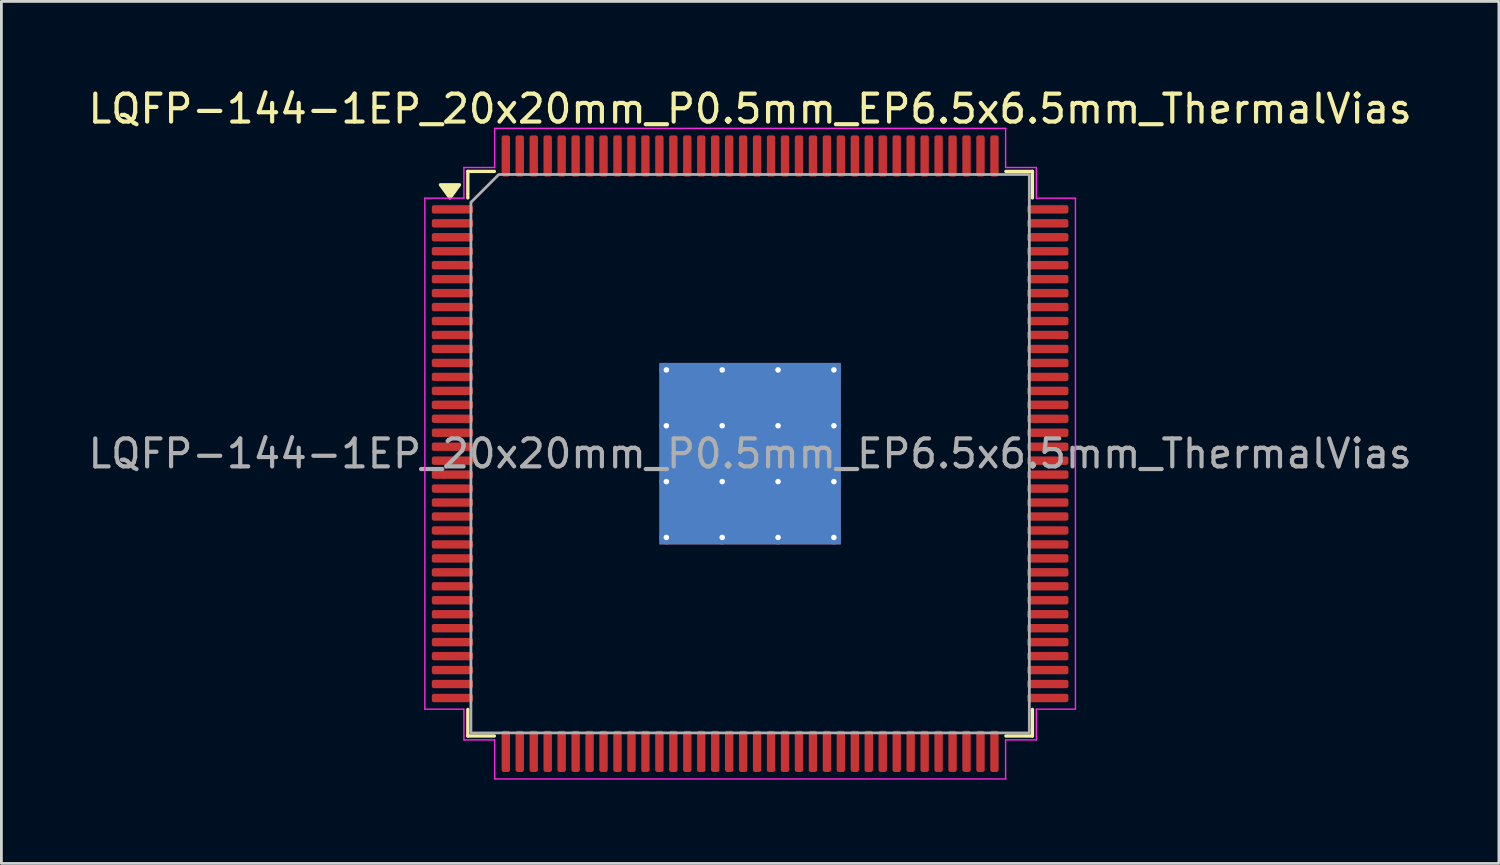
<source format=kicad_pcb>
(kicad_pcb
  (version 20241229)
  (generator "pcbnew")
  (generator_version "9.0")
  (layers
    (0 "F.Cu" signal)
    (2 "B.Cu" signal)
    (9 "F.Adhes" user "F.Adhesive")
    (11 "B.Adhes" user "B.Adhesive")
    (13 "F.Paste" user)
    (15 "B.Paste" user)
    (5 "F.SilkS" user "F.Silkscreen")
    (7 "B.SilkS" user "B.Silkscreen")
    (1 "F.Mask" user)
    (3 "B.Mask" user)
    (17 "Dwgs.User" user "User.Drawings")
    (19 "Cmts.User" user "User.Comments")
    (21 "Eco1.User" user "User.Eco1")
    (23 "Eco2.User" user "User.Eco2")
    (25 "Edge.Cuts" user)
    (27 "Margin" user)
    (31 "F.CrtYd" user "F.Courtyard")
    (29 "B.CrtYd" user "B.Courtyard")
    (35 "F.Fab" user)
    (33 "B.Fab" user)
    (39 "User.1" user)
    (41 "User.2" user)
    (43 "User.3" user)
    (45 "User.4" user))
  (footprint "LQFP-144-1EP_20x20mm_P0.5mm_EP6.5x6.5mm_ThermalVias"
    (layer "F.Cu")
    (at 23.815 13.198)
    (property "Reference" "LQFP-144-1EP_20x20mm_P0.5mm_EP6.5x6.5mm_ThermalVias" (at 0 -12.35 0) (layer "F.SilkS") (effects (font (size 1 1) (thickness 0.15))))
    (attr smd)
    (fp_line (start -10.11 -10.11) (end -9.16 -10.11) (stroke (width 0.12) (type solid)) (layer "F.SilkS"))
    (fp_line (start -10.11 -9.16) (end -10.11 -10.11) (stroke (width 0.12) (type solid)) (layer "F.SilkS"))
    (fp_line (start -10.11 10.11) (end -10.11 9.16) (stroke (width 0.12) (type solid)) (layer "F.SilkS"))
    (fp_line (start -9.16 10.11) (end -10.11 10.11) (stroke (width 0.12) (type solid)) (layer "F.SilkS"))
    (fp_line (start 9.16 -10.11) (end 10.11 -10.11) (stroke (width 0.12) (type solid)) (layer "F.SilkS"))
    (fp_line (start 10.11 -10.11) (end 10.11 -9.16) (stroke (width 0.12) (type solid)) (layer "F.SilkS"))
    (fp_line (start 10.11 9.16) (end 10.11 10.11) (stroke (width 0.12) (type solid)) (layer "F.SilkS"))
    (fp_line (start 10.11 10.11) (end 9.16 10.11) (stroke (width 0.12) (type solid)) (layer "F.SilkS"))
    (fp_poly (pts (xy -10.75 -9.16) (xy -11.09 -9.63) (xy -10.41 -9.63)) (stroke (width 0.12) (type solid)) (fill yes) (layer "F.SilkS"))
    (fp_line (start -11.65 -9.15) (end -10.25 -9.15) (stroke (width 0.05) (type solid)) (layer "F.CrtYd"))
    (fp_line (start -11.65 9.15) (end -11.65 -9.15) (stroke (width 0.05) (type solid)) (layer "F.CrtYd"))
    (fp_line (start -10.25 -10.25) (end -9.15 -10.25) (stroke (width 0.05) (type solid)) (layer "F.CrtYd"))
    (fp_line (start -10.25 -9.15) (end -10.25 -10.25) (stroke (width 0.05) (type solid)) (layer "F.CrtYd"))
    (fp_line (start -10.25 9.15) (end -11.65 9.15) (stroke (width 0.05) (type solid)) (layer "F.CrtYd"))
    (fp_line (start -10.25 10.25) (end -10.25 9.15) (stroke (width 0.05) (type solid)) (layer "F.CrtYd"))
    (fp_line (start -9.15 -11.65) (end 9.15 -11.65) (stroke (width 0.05) (type solid)) (layer "F.CrtYd"))
    (fp_line (start -9.15 -10.25) (end -9.15 -11.65) (stroke (width 0.05) (type solid)) (layer "F.CrtYd"))
    (fp_line (start -9.15 10.25) (end -10.25 10.25) (stroke (width 0.05) (type solid)) (layer "F.CrtYd"))
    (fp_line (start -9.15 11.65) (end -9.15 10.25) (stroke (width 0.05) (type solid)) (layer "F.CrtYd"))
    (fp_line (start 9.15 -11.65) (end 9.15 -10.25) (stroke (width 0.05) (type solid)) (layer "F.CrtYd"))
    (fp_line (start 9.15 -10.25) (end 10.25 -10.25) (stroke (width 0.05) (type solid)) (layer "F.CrtYd"))
    (fp_line (start 9.15 10.25) (end 9.15 11.65) (stroke (width 0.05) (type solid)) (layer "F.CrtYd"))
    (fp_line (start 9.15 11.65) (end -9.15 11.65) (stroke (width 0.05) (type solid)) (layer "F.CrtYd"))
    (fp_line (start 10.25 -10.25) (end 10.25 -9.15) (stroke (width 0.05) (type solid)) (layer "F.CrtYd"))
    (fp_line (start 10.25 -9.15) (end 11.65 -9.15) (stroke (width 0.05) (type solid)) (layer "F.CrtYd"))
    (fp_line (start 10.25 9.15) (end 10.25 10.25) (stroke (width 0.05) (type solid)) (layer "F.CrtYd"))
    (fp_line (start 10.25 10.25) (end 9.15 10.25) (stroke (width 0.05) (type solid)) (layer "F.CrtYd"))
    (fp_line (start 11.65 -9.15) (end 11.65 9.15) (stroke (width 0.05) (type solid)) (layer "F.CrtYd"))
    (fp_line (start 11.65 9.15) (end 10.25 9.15) (stroke (width 0.05) (type solid)) (layer "F.CrtYd"))
    (fp_poly (pts (xy -10 -9) (xy -10 10) (xy 10 10) (xy 10 -10) (xy -9 -10)) (stroke (width 0.1) (type solid)) (fill no) (layer "F.Fab"))
    (fp_text user "${REFERENCE}" (at 0 0 0) (layer "F.Fab") (effects (font (size 1 1) (thickness 0.15))))
    (pad "" smd roundrect (at -2.17 -2.17) (size 1.75 1.75) (layers "F.Paste") (roundrect_rratio 0.143))
    (pad "" smd roundrect (at -2.17 0) (size 1.75 1.75) (layers "F.Paste") (roundrect_rratio 0.143))
    (pad "" smd roundrect (at -2.17 2.17) (size 1.75 1.75) (layers "F.Paste") (roundrect_rratio 0.143))
    (pad "" smd roundrect (at 0 -2.17) (size 1.75 1.75) (layers "F.Paste") (roundrect_rratio 0.143))
    (pad "" smd roundrect (at 0 0) (size 1.75 1.75) (layers "F.Paste") (roundrect_rratio 0.143))
    (pad "" smd roundrect (at 0 2.17) (size 1.75 1.75) (layers "F.Paste") (roundrect_rratio 0.143))
    (pad "" smd roundrect (at 2.17 -2.17) (size 1.75 1.75) (layers "F.Paste") (roundrect_rratio 0.143))
    (pad "" smd roundrect (at 2.17 0) (size 1.75 1.75) (layers "F.Paste") (roundrect_rratio 0.143))
    (pad "" smd roundrect (at 2.17 2.17) (size 1.75 1.75) (layers "F.Paste") (roundrect_rratio 0.143))
    (pad "1" smd roundrect (at -10.662 -8.75) (size 1.475 0.3) (layers "F.Cu" "F.Mask" "F.Paste") (roundrect_rratio 0.25))
    (pad "2" smd roundrect (at -10.662 -8.25) (size 1.475 0.3) (layers "F.Cu" "F.Mask" "F.Paste") (roundrect_rratio 0.25))
    (pad "3" smd roundrect (at -10.662 -7.75) (size 1.475 0.3) (layers "F.Cu" "F.Mask" "F.Paste") (roundrect_rratio 0.25))
    (pad "4" smd roundrect (at -10.662 -7.25) (size 1.475 0.3) (layers "F.Cu" "F.Mask" "F.Paste") (roundrect_rratio 0.25))
    (pad "5" smd roundrect (at -10.662 -6.75) (size 1.475 0.3) (layers "F.Cu" "F.Mask" "F.Paste") (roundrect_rratio 0.25))
    (pad "6" smd roundrect (at -10.662 -6.25) (size 1.475 0.3) (layers "F.Cu" "F.Mask" "F.Paste") (roundrect_rratio 0.25))
    (pad "7" smd roundrect (at -10.662 -5.75) (size 1.475 0.3) (layers "F.Cu" "F.Mask" "F.Paste") (roundrect_rratio 0.25))
    (pad "8" smd roundrect (at -10.662 -5.25) (size 1.475 0.3) (layers "F.Cu" "F.Mask" "F.Paste") (roundrect_rratio 0.25))
    (pad "9" smd roundrect (at -10.662 -4.75) (size 1.475 0.3) (layers "F.Cu" "F.Mask" "F.Paste") (roundrect_rratio 0.25))
    (pad "10" smd roundrect (at -10.662 -4.25) (size 1.475 0.3) (layers "F.Cu" "F.Mask" "F.Paste") (roundrect_rratio 0.25))
    (pad "11" smd roundrect (at -10.662 -3.75) (size 1.475 0.3) (layers "F.Cu" "F.Mask" "F.Paste") (roundrect_rratio 0.25))
    (pad "12" smd roundrect (at -10.662 -3.25) (size 1.475 0.3) (layers "F.Cu" "F.Mask" "F.Paste") (roundrect_rratio 0.25))
    (pad "13" smd roundrect (at -10.662 -2.75) (size 1.475 0.3) (layers "F.Cu" "F.Mask" "F.Paste") (roundrect_rratio 0.25))
    (pad "14" smd roundrect (at -10.662 -2.25) (size 1.475 0.3) (layers "F.Cu" "F.Mask" "F.Paste") (roundrect_rratio 0.25))
    (pad "15" smd roundrect (at -10.662 -1.75) (size 1.475 0.3) (layers "F.Cu" "F.Mask" "F.Paste") (roundrect_rratio 0.25))
    (pad "16" smd roundrect (at -10.662 -1.25) (size 1.475 0.3) (layers "F.Cu" "F.Mask" "F.Paste") (roundrect_rratio 0.25))
    (pad "17" smd roundrect (at -10.662 -0.75) (size 1.475 0.3) (layers "F.Cu" "F.Mask" "F.Paste") (roundrect_rratio 0.25))
    (pad "18" smd roundrect (at -10.662 -0.25) (size 1.475 0.3) (layers "F.Cu" "F.Mask" "F.Paste") (roundrect_rratio 0.25))
    (pad "19" smd roundrect (at -10.662 0.25) (size 1.475 0.3) (layers "F.Cu" "F.Mask" "F.Paste") (roundrect_rratio 0.25))
    (pad "20" smd roundrect (at -10.662 0.75) (size 1.475 0.3) (layers "F.Cu" "F.Mask" "F.Paste") (roundrect_rratio 0.25))
    (pad "21" smd roundrect (at -10.662 1.25) (size 1.475 0.3) (layers "F.Cu" "F.Mask" "F.Paste") (roundrect_rratio 0.25))
    (pad "22" smd roundrect (at -10.662 1.75) (size 1.475 0.3) (layers "F.Cu" "F.Mask" "F.Paste") (roundrect_rratio 0.25))
    (pad "23" smd roundrect (at -10.662 2.25) (size 1.475 0.3) (layers "F.Cu" "F.Mask" "F.Paste") (roundrect_rratio 0.25))
    (pad "24" smd roundrect (at -10.662 2.75) (size 1.475 0.3) (layers "F.Cu" "F.Mask" "F.Paste") (roundrect_rratio 0.25))
    (pad "25" smd roundrect (at -10.662 3.25) (size 1.475 0.3) (layers "F.Cu" "F.Mask" "F.Paste") (roundrect_rratio 0.25))
    (pad "26" smd roundrect (at -10.662 3.75) (size 1.475 0.3) (layers "F.Cu" "F.Mask" "F.Paste") (roundrect_rratio 0.25))
    (pad "27" smd roundrect (at -10.662 4.25) (size 1.475 0.3) (layers "F.Cu" "F.Mask" "F.Paste") (roundrect_rratio 0.25))
    (pad "28" smd roundrect (at -10.662 4.75) (size 1.475 0.3) (layers "F.Cu" "F.Mask" "F.Paste") (roundrect_rratio 0.25))
    (pad "29" smd roundrect (at -10.662 5.25) (size 1.475 0.3) (layers "F.Cu" "F.Mask" "F.Paste") (roundrect_rratio 0.25))
    (pad "30" smd roundrect (at -10.662 5.75) (size 1.475 0.3) (layers "F.Cu" "F.Mask" "F.Paste") (roundrect_rratio 0.25))
    (pad "31" smd roundrect (at -10.662 6.25) (size 1.475 0.3) (layers "F.Cu" "F.Mask" "F.Paste") (roundrect_rratio 0.25))
    (pad "32" smd roundrect (at -10.662 6.75) (size 1.475 0.3) (layers "F.Cu" "F.Mask" "F.Paste") (roundrect_rratio 0.25))
    (pad "33" smd roundrect (at -10.662 7.25) (size 1.475 0.3) (layers "F.Cu" "F.Mask" "F.Paste") (roundrect_rratio 0.25))
    (pad "34" smd roundrect (at -10.662 7.75) (size 1.475 0.3) (layers "F.Cu" "F.Mask" "F.Paste") (roundrect_rratio 0.25))
    (pad "35" smd roundrect (at -10.662 8.25) (size 1.475 0.3) (layers "F.Cu" "F.Mask" "F.Paste") (roundrect_rratio 0.25))
    (pad "36" smd roundrect (at -10.662 8.75) (size 1.475 0.3) (layers "F.Cu" "F.Mask" "F.Paste") (roundrect_rratio 0.25))
    (pad "37" smd roundrect (at -8.75 10.662) (size 0.3 1.475) (layers "F.Cu" "F.Mask" "F.Paste") (roundrect_rratio 0.25))
    (pad "38" smd roundrect (at -8.25 10.662) (size 0.3 1.475) (layers "F.Cu" "F.Mask" "F.Paste") (roundrect_rratio 0.25))
    (pad "39" smd roundrect (at -7.75 10.662) (size 0.3 1.475) (layers "F.Cu" "F.Mask" "F.Paste") (roundrect_rratio 0.25))
    (pad "40" smd roundrect (at -7.25 10.662) (size 0.3 1.475) (layers "F.Cu" "F.Mask" "F.Paste") (roundrect_rratio 0.25))
    (pad "41" smd roundrect (at -6.75 10.662) (size 0.3 1.475) (layers "F.Cu" "F.Mask" "F.Paste") (roundrect_rratio 0.25))
    (pad "42" smd roundrect (at -6.25 10.662) (size 0.3 1.475) (layers "F.Cu" "F.Mask" "F.Paste") (roundrect_rratio 0.25))
    (pad "43" smd roundrect (at -5.75 10.662) (size 0.3 1.475) (layers "F.Cu" "F.Mask" "F.Paste") (roundrect_rratio 0.25))
    (pad "44" smd roundrect (at -5.25 10.662) (size 0.3 1.475) (layers "F.Cu" "F.Mask" "F.Paste") (roundrect_rratio 0.25))
    (pad "45" smd roundrect (at -4.75 10.662) (size 0.3 1.475) (layers "F.Cu" "F.Mask" "F.Paste") (roundrect_rratio 0.25))
    (pad "46" smd roundrect (at -4.25 10.662) (size 0.3 1.475) (layers "F.Cu" "F.Mask" "F.Paste") (roundrect_rratio 0.25))
    (pad "47" smd roundrect (at -3.75 10.662) (size 0.3 1.475) (layers "F.Cu" "F.Mask" "F.Paste") (roundrect_rratio 0.25))
    (pad "48" smd roundrect (at -3.25 10.662) (size 0.3 1.475) (layers "F.Cu" "F.Mask" "F.Paste") (roundrect_rratio 0.25))
    (pad "49" smd roundrect (at -2.75 10.662) (size 0.3 1.475) (layers "F.Cu" "F.Mask" "F.Paste") (roundrect_rratio 0.25))
    (pad "50" smd roundrect (at -2.25 10.662) (size 0.3 1.475) (layers "F.Cu" "F.Mask" "F.Paste") (roundrect_rratio 0.25))
    (pad "51" smd roundrect (at -1.75 10.662) (size 0.3 1.475) (layers "F.Cu" "F.Mask" "F.Paste") (roundrect_rratio 0.25))
    (pad "52" smd roundrect (at -1.25 10.662) (size 0.3 1.475) (layers "F.Cu" "F.Mask" "F.Paste") (roundrect_rratio 0.25))
    (pad "53" smd roundrect (at -0.75 10.662) (size 0.3 1.475) (layers "F.Cu" "F.Mask" "F.Paste") (roundrect_rratio 0.25))
    (pad "54" smd roundrect (at -0.25 10.662) (size 0.3 1.475) (layers "F.Cu" "F.Mask" "F.Paste") (roundrect_rratio 0.25))
    (pad "55" smd roundrect (at 0.25 10.662) (size 0.3 1.475) (layers "F.Cu" "F.Mask" "F.Paste") (roundrect_rratio 0.25))
    (pad "56" smd roundrect (at 0.75 10.662) (size 0.3 1.475) (layers "F.Cu" "F.Mask" "F.Paste") (roundrect_rratio 0.25))
    (pad "57" smd roundrect (at 1.25 10.662) (size 0.3 1.475) (layers "F.Cu" "F.Mask" "F.Paste") (roundrect_rratio 0.25))
    (pad "58" smd roundrect (at 1.75 10.662) (size 0.3 1.475) (layers "F.Cu" "F.Mask" "F.Paste") (roundrect_rratio 0.25))
    (pad "59" smd roundrect (at 2.25 10.662) (size 0.3 1.475) (layers "F.Cu" "F.Mask" "F.Paste") (roundrect_rratio 0.25))
    (pad "60" smd roundrect (at 2.75 10.662) (size 0.3 1.475) (layers "F.Cu" "F.Mask" "F.Paste") (roundrect_rratio 0.25))
    (pad "61" smd roundrect (at 3.25 10.662) (size 0.3 1.475) (layers "F.Cu" "F.Mask" "F.Paste") (roundrect_rratio 0.25))
    (pad "62" smd roundrect (at 3.75 10.662) (size 0.3 1.475) (layers "F.Cu" "F.Mask" "F.Paste") (roundrect_rratio 0.25))
    (pad "63" smd roundrect (at 4.25 10.662) (size 0.3 1.475) (layers "F.Cu" "F.Mask" "F.Paste") (roundrect_rratio 0.25))
    (pad "64" smd roundrect (at 4.75 10.662) (size 0.3 1.475) (layers "F.Cu" "F.Mask" "F.Paste") (roundrect_rratio 0.25))
    (pad "65" smd roundrect (at 5.25 10.662) (size 0.3 1.475) (layers "F.Cu" "F.Mask" "F.Paste") (roundrect_rratio 0.25))
    (pad "66" smd roundrect (at 5.75 10.662) (size 0.3 1.475) (layers "F.Cu" "F.Mask" "F.Paste") (roundrect_rratio 0.25))
    (pad "67" smd roundrect (at 6.25 10.662) (size 0.3 1.475) (layers "F.Cu" "F.Mask" "F.Paste") (roundrect_rratio 0.25))
    (pad "68" smd roundrect (at 6.75 10.662) (size 0.3 1.475) (layers "F.Cu" "F.Mask" "F.Paste") (roundrect_rratio 0.25))
    (pad "69" smd roundrect (at 7.25 10.662) (size 0.3 1.475) (layers "F.Cu" "F.Mask" "F.Paste") (roundrect_rratio 0.25))
    (pad "70" smd roundrect (at 7.75 10.662) (size 0.3 1.475) (layers "F.Cu" "F.Mask" "F.Paste") (roundrect_rratio 0.25))
    (pad "71" smd roundrect (at 8.25 10.662) (size 0.3 1.475) (layers "F.Cu" "F.Mask" "F.Paste") (roundrect_rratio 0.25))
    (pad "72" smd roundrect (at 8.75 10.662) (size 0.3 1.475) (layers "F.Cu" "F.Mask" "F.Paste") (roundrect_rratio 0.25))
    (pad "73" smd roundrect (at 10.662 8.75) (size 1.475 0.3) (layers "F.Cu" "F.Mask" "F.Paste") (roundrect_rratio 0.25))
    (pad "74" smd roundrect (at 10.662 8.25) (size 1.475 0.3) (layers "F.Cu" "F.Mask" "F.Paste") (roundrect_rratio 0.25))
    (pad "75" smd roundrect (at 10.662 7.75) (size 1.475 0.3) (layers "F.Cu" "F.Mask" "F.Paste") (roundrect_rratio 0.25))
    (pad "76" smd roundrect (at 10.662 7.25) (size 1.475 0.3) (layers "F.Cu" "F.Mask" "F.Paste") (roundrect_rratio 0.25))
    (pad "77" smd roundrect (at 10.662 6.75) (size 1.475 0.3) (layers "F.Cu" "F.Mask" "F.Paste") (roundrect_rratio 0.25))
    (pad "78" smd roundrect (at 10.662 6.25) (size 1.475 0.3) (layers "F.Cu" "F.Mask" "F.Paste") (roundrect_rratio 0.25))
    (pad "79" smd roundrect (at 10.662 5.75) (size 1.475 0.3) (layers "F.Cu" "F.Mask" "F.Paste") (roundrect_rratio 0.25))
    (pad "80" smd roundrect (at 10.662 5.25) (size 1.475 0.3) (layers "F.Cu" "F.Mask" "F.Paste") (roundrect_rratio 0.25))
    (pad "81" smd roundrect (at 10.662 4.75) (size 1.475 0.3) (layers "F.Cu" "F.Mask" "F.Paste") (roundrect_rratio 0.25))
    (pad "82" smd roundrect (at 10.662 4.25) (size 1.475 0.3) (layers "F.Cu" "F.Mask" "F.Paste") (roundrect_rratio 0.25))
    (pad "83" smd roundrect (at 10.662 3.75) (size 1.475 0.3) (layers "F.Cu" "F.Mask" "F.Paste") (roundrect_rratio 0.25))
    (pad "84" smd roundrect (at 10.662 3.25) (size 1.475 0.3) (layers "F.Cu" "F.Mask" "F.Paste") (roundrect_rratio 0.25))
    (pad "85" smd roundrect (at 10.662 2.75) (size 1.475 0.3) (layers "F.Cu" "F.Mask" "F.Paste") (roundrect_rratio 0.25))
    (pad "86" smd roundrect (at 10.662 2.25) (size 1.475 0.3) (layers "F.Cu" "F.Mask" "F.Paste") (roundrect_rratio 0.25))
    (pad "87" smd roundrect (at 10.662 1.75) (size 1.475 0.3) (layers "F.Cu" "F.Mask" "F.Paste") (roundrect_rratio 0.25))
    (pad "88" smd roundrect (at 10.662 1.25) (size 1.475 0.3) (layers "F.Cu" "F.Mask" "F.Paste") (roundrect_rratio 0.25))
    (pad "89" smd roundrect (at 10.662 0.75) (size 1.475 0.3) (layers "F.Cu" "F.Mask" "F.Paste") (roundrect_rratio 0.25))
    (pad "90" smd roundrect (at 10.662 0.25) (size 1.475 0.3) (layers "F.Cu" "F.Mask" "F.Paste") (roundrect_rratio 0.25))
    (pad "91" smd roundrect (at 10.662 -0.25) (size 1.475 0.3) (layers "F.Cu" "F.Mask" "F.Paste") (roundrect_rratio 0.25))
    (pad "92" smd roundrect (at 10.662 -0.75) (size 1.475 0.3) (layers "F.Cu" "F.Mask" "F.Paste") (roundrect_rratio 0.25))
    (pad "93" smd roundrect (at 10.662 -1.25) (size 1.475 0.3) (layers "F.Cu" "F.Mask" "F.Paste") (roundrect_rratio 0.25))
    (pad "94" smd roundrect (at 10.662 -1.75) (size 1.475 0.3) (layers "F.Cu" "F.Mask" "F.Paste") (roundrect_rratio 0.25))
    (pad "95" smd roundrect (at 10.662 -2.25) (size 1.475 0.3) (layers "F.Cu" "F.Mask" "F.Paste") (roundrect_rratio 0.25))
    (pad "96" smd roundrect (at 10.662 -2.75) (size 1.475 0.3) (layers "F.Cu" "F.Mask" "F.Paste") (roundrect_rratio 0.25))
    (pad "97" smd roundrect (at 10.662 -3.25) (size 1.475 0.3) (layers "F.Cu" "F.Mask" "F.Paste") (roundrect_rratio 0.25))
    (pad "98" smd roundrect (at 10.662 -3.75) (size 1.475 0.3) (layers "F.Cu" "F.Mask" "F.Paste") (roundrect_rratio 0.25))
    (pad "99" smd roundrect (at 10.662 -4.25) (size 1.475 0.3) (layers "F.Cu" "F.Mask" "F.Paste") (roundrect_rratio 0.25))
    (pad "100" smd roundrect (at 10.662 -4.75) (size 1.475 0.3) (layers "F.Cu" "F.Mask" "F.Paste") (roundrect_rratio 0.25))
    (pad "101" smd roundrect (at 10.662 -5.25) (size 1.475 0.3) (layers "F.Cu" "F.Mask" "F.Paste") (roundrect_rratio 0.25))
    (pad "102" smd roundrect (at 10.662 -5.75) (size 1.475 0.3) (layers "F.Cu" "F.Mask" "F.Paste") (roundrect_rratio 0.25))
    (pad "103" smd roundrect (at 10.662 -6.25) (size 1.475 0.3) (layers "F.Cu" "F.Mask" "F.Paste") (roundrect_rratio 0.25))
    (pad "104" smd roundrect (at 10.662 -6.75) (size 1.475 0.3) (layers "F.Cu" "F.Mask" "F.Paste") (roundrect_rratio 0.25))
    (pad "105" smd roundrect (at 10.662 -7.25) (size 1.475 0.3) (layers "F.Cu" "F.Mask" "F.Paste") (roundrect_rratio 0.25))
    (pad "106" smd roundrect (at 10.662 -7.75) (size 1.475 0.3) (layers "F.Cu" "F.Mask" "F.Paste") (roundrect_rratio 0.25))
    (pad "107" smd roundrect (at 10.662 -8.25) (size 1.475 0.3) (layers "F.Cu" "F.Mask" "F.Paste") (roundrect_rratio 0.25))
    (pad "108" smd roundrect (at 10.662 -8.75) (size 1.475 0.3) (layers "F.Cu" "F.Mask" "F.Paste") (roundrect_rratio 0.25))
    (pad "109" smd roundrect (at 8.75 -10.662) (size 0.3 1.475) (layers "F.Cu" "F.Mask" "F.Paste") (roundrect_rratio 0.25))
    (pad "110" smd roundrect (at 8.25 -10.662) (size 0.3 1.475) (layers "F.Cu" "F.Mask" "F.Paste") (roundrect_rratio 0.25))
    (pad "111" smd roundrect (at 7.75 -10.662) (size 0.3 1.475) (layers "F.Cu" "F.Mask" "F.Paste") (roundrect_rratio 0.25))
    (pad "112" smd roundrect (at 7.25 -10.662) (size 0.3 1.475) (layers "F.Cu" "F.Mask" "F.Paste") (roundrect_rratio 0.25))
    (pad "113" smd roundrect (at 6.75 -10.662) (size 0.3 1.475) (layers "F.Cu" "F.Mask" "F.Paste") (roundrect_rratio 0.25))
    (pad "114" smd roundrect (at 6.25 -10.662) (size 0.3 1.475) (layers "F.Cu" "F.Mask" "F.Paste") (roundrect_rratio 0.25))
    (pad "115" smd roundrect (at 5.75 -10.662) (size 0.3 1.475) (layers "F.Cu" "F.Mask" "F.Paste") (roundrect_rratio 0.25))
    (pad "116" smd roundrect (at 5.25 -10.662) (size 0.3 1.475) (layers "F.Cu" "F.Mask" "F.Paste") (roundrect_rratio 0.25))
    (pad "117" smd roundrect (at 4.75 -10.662) (size 0.3 1.475) (layers "F.Cu" "F.Mask" "F.Paste") (roundrect_rratio 0.25))
    (pad "118" smd roundrect (at 4.25 -10.662) (size 0.3 1.475) (layers "F.Cu" "F.Mask" "F.Paste") (roundrect_rratio 0.25))
    (pad "119" smd roundrect (at 3.75 -10.662) (size 0.3 1.475) (layers "F.Cu" "F.Mask" "F.Paste") (roundrect_rratio 0.25))
    (pad "120" smd roundrect (at 3.25 -10.662) (size 0.3 1.475) (layers "F.Cu" "F.Mask" "F.Paste") (roundrect_rratio 0.25))
    (pad "121" smd roundrect (at 2.75 -10.662) (size 0.3 1.475) (layers "F.Cu" "F.Mask" "F.Paste") (roundrect_rratio 0.25))
    (pad "122" smd roundrect (at 2.25 -10.662) (size 0.3 1.475) (layers "F.Cu" "F.Mask" "F.Paste") (roundrect_rratio 0.25))
    (pad "123" smd roundrect (at 1.75 -10.662) (size 0.3 1.475) (layers "F.Cu" "F.Mask" "F.Paste") (roundrect_rratio 0.25))
    (pad "124" smd roundrect (at 1.25 -10.662) (size 0.3 1.475) (layers "F.Cu" "F.Mask" "F.Paste") (roundrect_rratio 0.25))
    (pad "125" smd roundrect (at 0.75 -10.662) (size 0.3 1.475) (layers "F.Cu" "F.Mask" "F.Paste") (roundrect_rratio 0.25))
    (pad "126" smd roundrect (at 0.25 -10.662) (size 0.3 1.475) (layers "F.Cu" "F.Mask" "F.Paste") (roundrect_rratio 0.25))
    (pad "127" smd roundrect (at -0.25 -10.662) (size 0.3 1.475) (layers "F.Cu" "F.Mask" "F.Paste") (roundrect_rratio 0.25))
    (pad "128" smd roundrect (at -0.75 -10.662) (size 0.3 1.475) (layers "F.Cu" "F.Mask" "F.Paste") (roundrect_rratio 0.25))
    (pad "129" smd roundrect (at -1.25 -10.662) (size 0.3 1.475) (layers "F.Cu" "F.Mask" "F.Paste") (roundrect_rratio 0.25))
    (pad "130" smd roundrect (at -1.75 -10.662) (size 0.3 1.475) (layers "F.Cu" "F.Mask" "F.Paste") (roundrect_rratio 0.25))
    (pad "131" smd roundrect (at -2.25 -10.662) (size 0.3 1.475) (layers "F.Cu" "F.Mask" "F.Paste") (roundrect_rratio 0.25))
    (pad "132" smd roundrect (at -2.75 -10.662) (size 0.3 1.475) (layers "F.Cu" "F.Mask" "F.Paste") (roundrect_rratio 0.25))
    (pad "133" smd roundrect (at -3.25 -10.662) (size 0.3 1.475) (layers "F.Cu" "F.Mask" "F.Paste") (roundrect_rratio 0.25))
    (pad "134" smd roundrect (at -3.75 -10.662) (size 0.3 1.475) (layers "F.Cu" "F.Mask" "F.Paste") (roundrect_rratio 0.25))
    (pad "135" smd roundrect (at -4.25 -10.662) (size 0.3 1.475) (layers "F.Cu" "F.Mask" "F.Paste") (roundrect_rratio 0.25))
    (pad "136" smd roundrect (at -4.75 -10.662) (size 0.3 1.475) (layers "F.Cu" "F.Mask" "F.Paste") (roundrect_rratio 0.25))
    (pad "137" smd roundrect (at -5.25 -10.662) (size 0.3 1.475) (layers "F.Cu" "F.Mask" "F.Paste") (roundrect_rratio 0.25))
    (pad "138" smd roundrect (at -5.75 -10.662) (size 0.3 1.475) (layers "F.Cu" "F.Mask" "F.Paste") (roundrect_rratio 0.25))
    (pad "139" smd roundrect (at -6.25 -10.662) (size 0.3 1.475) (layers "F.Cu" "F.Mask" "F.Paste") (roundrect_rratio 0.25))
    (pad "140" smd roundrect (at -6.75 -10.662) (size 0.3 1.475) (layers "F.Cu" "F.Mask" "F.Paste") (roundrect_rratio 0.25))
    (pad "141" smd roundrect (at -7.25 -10.662) (size 0.3 1.475) (layers "F.Cu" "F.Mask" "F.Paste") (roundrect_rratio 0.25))
    (pad "142" smd roundrect (at -7.75 -10.662) (size 0.3 1.475) (layers "F.Cu" "F.Mask" "F.Paste") (roundrect_rratio 0.25))
    (pad "143" smd roundrect (at -8.25 -10.662) (size 0.3 1.475) (layers "F.Cu" "F.Mask" "F.Paste") (roundrect_rratio 0.25))
    (pad "144" smd roundrect (at -8.75 -10.662) (size 0.3 1.475) (layers "F.Cu" "F.Mask" "F.Paste") (roundrect_rratio 0.25))
    (pad "145" thru_hole circle (at -3 -3) (size 0.5 0.5) (drill 0.2) (property pad_prop_heatsink) (layers "*.Cu"))
    (pad "145" thru_hole circle (at -3 -1) (size 0.5 0.5) (drill 0.2) (property pad_prop_heatsink) (layers "*.Cu"))
    (pad "145" thru_hole circle (at -3 1) (size 0.5 0.5) (drill 0.2) (property pad_prop_heatsink) (layers "*.Cu"))
    (pad "145" thru_hole circle (at -3 3) (size 0.5 0.5) (drill 0.2) (property pad_prop_heatsink) (layers "*.Cu"))
    (pad "145" thru_hole circle (at -1 -3) (size 0.5 0.5) (drill 0.2) (property pad_prop_heatsink) (layers "*.Cu"))
    (pad "145" thru_hole circle (at -1 -1) (size 0.5 0.5) (drill 0.2) (property pad_prop_heatsink) (layers "*.Cu"))
    (pad "145" thru_hole circle (at -1 1) (size 0.5 0.5) (drill 0.2) (property pad_prop_heatsink) (layers "*.Cu"))
    (pad "145" thru_hole circle (at -1 3) (size 0.5 0.5) (drill 0.2) (property pad_prop_heatsink) (layers "*.Cu"))
    (pad "145" smd rect (at 0 0) (size 6.5 6.5) (property pad_prop_heatsink) (layers "F.Cu" "F.Mask"))
    (pad "145" smd rect (at 0 0) (size 6.5 6.5) (property pad_prop_heatsink) (layers "B.Cu"))
    (pad "145" thru_hole circle (at 1 -3) (size 0.5 0.5) (drill 0.2) (property pad_prop_heatsink) (layers "*.Cu"))
    (pad "145" thru_hole circle (at 1 -1) (size 0.5 0.5) (drill 0.2) (property pad_prop_heatsink) (layers "*.Cu"))
    (pad "145" thru_hole circle (at 1 1) (size 0.5 0.5) (drill 0.2) (property pad_prop_heatsink) (layers "*.Cu"))
    (pad "145" thru_hole circle (at 1 3) (size 0.5 0.5) (drill 0.2) (property pad_prop_heatsink) (layers "*.Cu"))
    (pad "145" thru_hole circle (at 3 -3) (size 0.5 0.5) (drill 0.2) (property pad_prop_heatsink) (layers "*.Cu"))
    (pad "145" thru_hole circle (at 3 -1) (size 0.5 0.5) (drill 0.2) (property pad_prop_heatsink) (layers "*.Cu"))
    (pad "145" thru_hole circle (at 3 1) (size 0.5 0.5) (drill 0.2) (property pad_prop_heatsink) (layers "*.Cu"))
    (pad "145" thru_hole circle (at 3 3) (size 0.5 0.5) (drill 0.2) (property pad_prop_heatsink) (layers "*.Cu")))
  (gr_rect
    (start -3 -3)
    (end 50.631 27.873)
    (stroke (width 0.1) (type default))
    (fill no)
    (layer "Edge.Cuts")))
</source>
